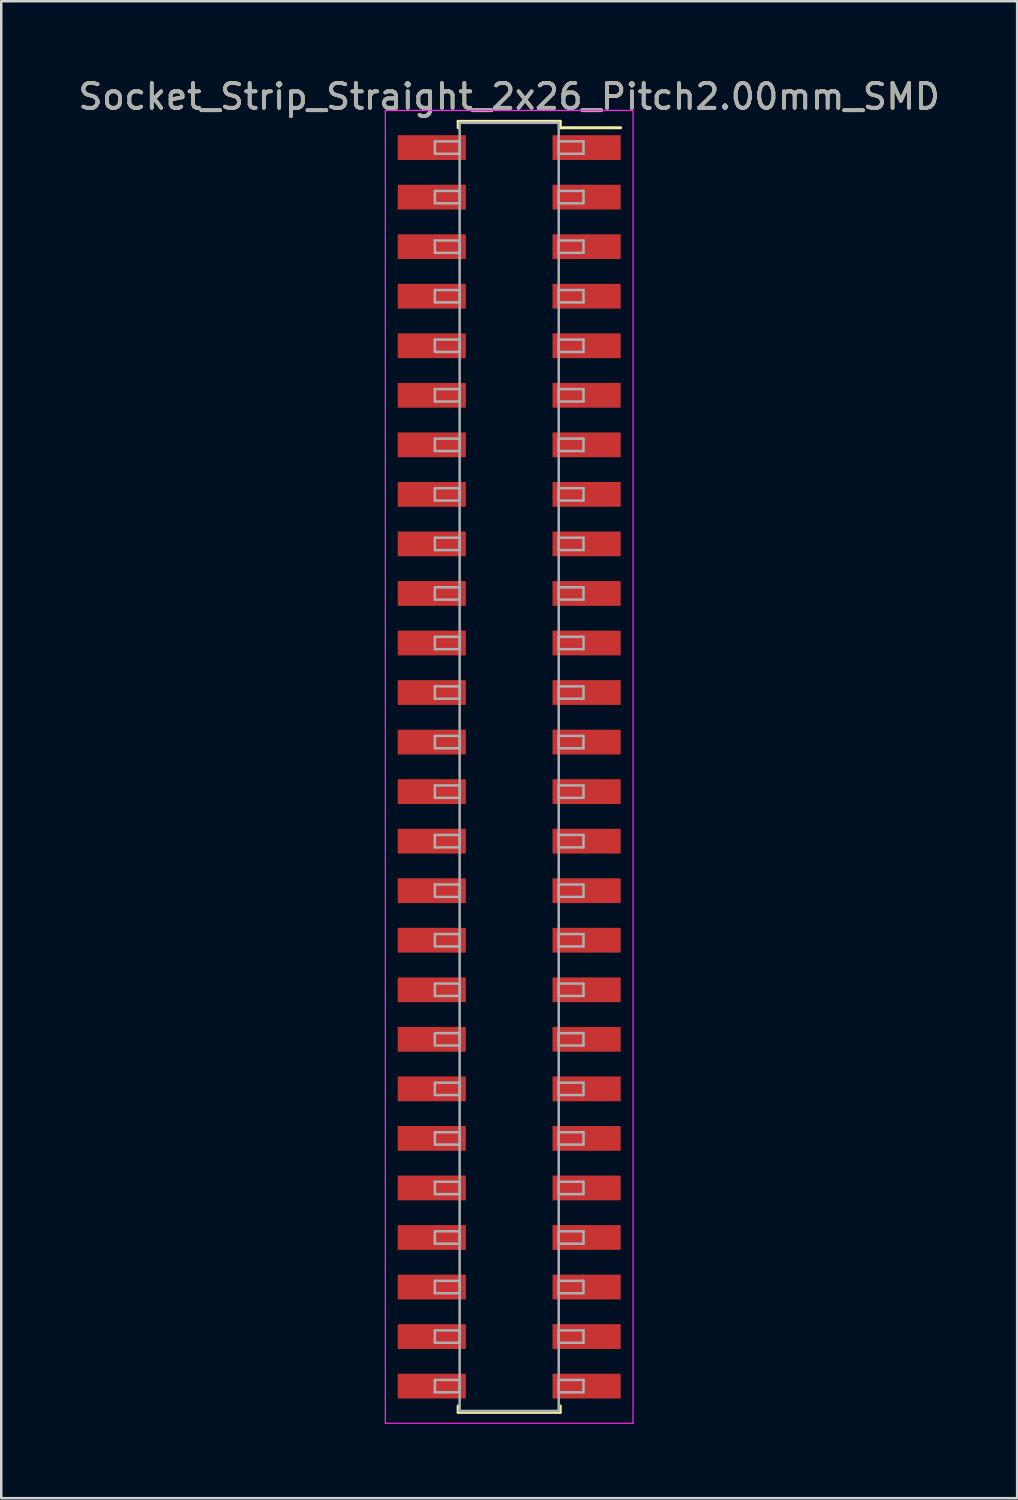
<source format=kicad_pcb>
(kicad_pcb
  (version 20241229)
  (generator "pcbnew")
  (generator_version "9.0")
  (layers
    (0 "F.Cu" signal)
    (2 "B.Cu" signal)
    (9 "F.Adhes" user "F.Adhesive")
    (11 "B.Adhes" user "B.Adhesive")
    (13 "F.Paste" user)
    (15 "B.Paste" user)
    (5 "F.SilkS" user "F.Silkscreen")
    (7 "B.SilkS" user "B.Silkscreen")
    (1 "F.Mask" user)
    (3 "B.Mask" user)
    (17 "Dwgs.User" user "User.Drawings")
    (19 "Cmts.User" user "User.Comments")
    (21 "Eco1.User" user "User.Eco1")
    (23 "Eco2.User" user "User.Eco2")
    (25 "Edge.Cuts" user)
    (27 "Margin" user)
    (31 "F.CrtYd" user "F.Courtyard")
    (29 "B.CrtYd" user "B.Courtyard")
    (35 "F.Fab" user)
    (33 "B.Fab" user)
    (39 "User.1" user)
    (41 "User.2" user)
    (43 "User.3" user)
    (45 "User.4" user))
  (footprint "Socket_Strip_Straight_2x26_Pitch2.00mm_SMD"
    (layer "F.Cu")
    (at 17.506 27.908)
    (property "Reference" "Socket_Strip_Straight_2x26_Pitch2.00mm_SMD" (at 0 -27.06 0) (layer "F.SilkS") (effects (font (size 1 1) (thickness 0.15))))
    (attr smd)
    (fp_line (start -2.06 -26.06) (end 2.06 -26.06) (stroke (width 0.12) (type solid)) (layer "F.SilkS"))
    (fp_line (start -2.06 -25.8) (end -2.06 -26.06) (stroke (width 0.12) (type solid)) (layer "F.SilkS"))
    (fp_line (start -2.06 25.8) (end -2.06 26.06) (stroke (width 0.12) (type solid)) (layer "F.SilkS"))
    (fp_line (start -2.06 26.06) (end 2.06 26.06) (stroke (width 0.12) (type solid)) (layer "F.SilkS"))
    (fp_line (start 2.06 -26.06) (end 2.06 -25.8) (stroke (width 0.12) (type solid)) (layer "F.SilkS"))
    (fp_line (start 2.06 26.06) (end 2.06 25.8) (stroke (width 0.12) (type solid)) (layer "F.SilkS"))
    (fp_line (start 4.5 -25.8) (end 2.06 -25.8) (stroke (width 0.12) (type solid)) (layer "F.SilkS"))
    (fp_line (start -5 -26.5) (end -5 26.5) (stroke (width 0.05) (type solid)) (layer "F.CrtYd"))
    (fp_line (start -5 26.5) (end 5 26.5) (stroke (width 0.05) (type solid)) (layer "F.CrtYd"))
    (fp_line (start 5 -26.5) (end -5 -26.5) (stroke (width 0.05) (type solid)) (layer "F.CrtYd"))
    (fp_line (start 5 26.5) (end 5 -26.5) (stroke (width 0.05) (type solid)) (layer "F.CrtYd"))
    (fp_line (start -3 -25.25) (end -2 -25.25) (stroke (width 0.1) (type solid)) (layer "F.Fab"))
    (fp_line (start -3 -24.75) (end -3 -25.25) (stroke (width 0.1) (type solid)) (layer "F.Fab"))
    (fp_line (start -3 -23.25) (end -2 -23.25) (stroke (width 0.1) (type solid)) (layer "F.Fab"))
    (fp_line (start -3 -22.75) (end -3 -23.25) (stroke (width 0.1) (type solid)) (layer "F.Fab"))
    (fp_line (start -3 -21.25) (end -2 -21.25) (stroke (width 0.1) (type solid)) (layer "F.Fab"))
    (fp_line (start -3 -20.75) (end -3 -21.25) (stroke (width 0.1) (type solid)) (layer "F.Fab"))
    (fp_line (start -3 -19.25) (end -2 -19.25) (stroke (width 0.1) (type solid)) (layer "F.Fab"))
    (fp_line (start -3 -18.75) (end -3 -19.25) (stroke (width 0.1) (type solid)) (layer "F.Fab"))
    (fp_line (start -3 -17.25) (end -2 -17.25) (stroke (width 0.1) (type solid)) (layer "F.Fab"))
    (fp_line (start -3 -16.75) (end -3 -17.25) (stroke (width 0.1) (type solid)) (layer "F.Fab"))
    (fp_line (start -3 -15.25) (end -2 -15.25) (stroke (width 0.1) (type solid)) (layer "F.Fab"))
    (fp_line (start -3 -14.75) (end -3 -15.25) (stroke (width 0.1) (type solid)) (layer "F.Fab"))
    (fp_line (start -3 -13.25) (end -2 -13.25) (stroke (width 0.1) (type solid)) (layer "F.Fab"))
    (fp_line (start -3 -12.75) (end -3 -13.25) (stroke (width 0.1) (type solid)) (layer "F.Fab"))
    (fp_line (start -3 -11.25) (end -2 -11.25) (stroke (width 0.1) (type solid)) (layer "F.Fab"))
    (fp_line (start -3 -10.75) (end -3 -11.25) (stroke (width 0.1) (type solid)) (layer "F.Fab"))
    (fp_line (start -3 -9.25) (end -2 -9.25) (stroke (width 0.1) (type solid)) (layer "F.Fab"))
    (fp_line (start -3 -8.75) (end -3 -9.25) (stroke (width 0.1) (type solid)) (layer "F.Fab"))
    (fp_line (start -3 -7.25) (end -2 -7.25) (stroke (width 0.1) (type solid)) (layer "F.Fab"))
    (fp_line (start -3 -6.75) (end -3 -7.25) (stroke (width 0.1) (type solid)) (layer "F.Fab"))
    (fp_line (start -3 -5.25) (end -2 -5.25) (stroke (width 0.1) (type solid)) (layer "F.Fab"))
    (fp_line (start -3 -4.75) (end -3 -5.25) (stroke (width 0.1) (type solid)) (layer "F.Fab"))
    (fp_line (start -3 -3.25) (end -2 -3.25) (stroke (width 0.1) (type solid)) (layer "F.Fab"))
    (fp_line (start -3 -2.75) (end -3 -3.25) (stroke (width 0.1) (type solid)) (layer "F.Fab"))
    (fp_line (start -3 -1.25) (end -2 -1.25) (stroke (width 0.1) (type solid)) (layer "F.Fab"))
    (fp_line (start -3 -0.75) (end -3 -1.25) (stroke (width 0.1) (type solid)) (layer "F.Fab"))
    (fp_line (start -3 0.75) (end -2 0.75) (stroke (width 0.1) (type solid)) (layer "F.Fab"))
    (fp_line (start -3 1.25) (end -3 0.75) (stroke (width 0.1) (type solid)) (layer "F.Fab"))
    (fp_line (start -3 2.75) (end -2 2.75) (stroke (width 0.1) (type solid)) (layer "F.Fab"))
    (fp_line (start -3 3.25) (end -3 2.75) (stroke (width 0.1) (type solid)) (layer "F.Fab"))
    (fp_line (start -3 4.75) (end -2 4.75) (stroke (width 0.1) (type solid)) (layer "F.Fab"))
    (fp_line (start -3 5.25) (end -3 4.75) (stroke (width 0.1) (type solid)) (layer "F.Fab"))
    (fp_line (start -3 6.75) (end -2 6.75) (stroke (width 0.1) (type solid)) (layer "F.Fab"))
    (fp_line (start -3 7.25) (end -3 6.75) (stroke (width 0.1) (type solid)) (layer "F.Fab"))
    (fp_line (start -3 8.75) (end -2 8.75) (stroke (width 0.1) (type solid)) (layer "F.Fab"))
    (fp_line (start -3 9.25) (end -3 8.75) (stroke (width 0.1) (type solid)) (layer "F.Fab"))
    (fp_line (start -3 10.75) (end -2 10.75) (stroke (width 0.1) (type solid)) (layer "F.Fab"))
    (fp_line (start -3 11.25) (end -3 10.75) (stroke (width 0.1) (type solid)) (layer "F.Fab"))
    (fp_line (start -3 12.75) (end -2 12.75) (stroke (width 0.1) (type solid)) (layer "F.Fab"))
    (fp_line (start -3 13.25) (end -3 12.75) (stroke (width 0.1) (type solid)) (layer "F.Fab"))
    (fp_line (start -3 14.75) (end -2 14.75) (stroke (width 0.1) (type solid)) (layer "F.Fab"))
    (fp_line (start -3 15.25) (end -3 14.75) (stroke (width 0.1) (type solid)) (layer "F.Fab"))
    (fp_line (start -3 16.75) (end -2 16.75) (stroke (width 0.1) (type solid)) (layer "F.Fab"))
    (fp_line (start -3 17.25) (end -3 16.75) (stroke (width 0.1) (type solid)) (layer "F.Fab"))
    (fp_line (start -3 18.75) (end -2 18.75) (stroke (width 0.1) (type solid)) (layer "F.Fab"))
    (fp_line (start -3 19.25) (end -3 18.75) (stroke (width 0.1) (type solid)) (layer "F.Fab"))
    (fp_line (start -3 20.75) (end -2 20.75) (stroke (width 0.1) (type solid)) (layer "F.Fab"))
    (fp_line (start -3 21.25) (end -3 20.75) (stroke (width 0.1) (type solid)) (layer "F.Fab"))
    (fp_line (start -3 22.75) (end -2 22.75) (stroke (width 0.1) (type solid)) (layer "F.Fab"))
    (fp_line (start -3 23.25) (end -3 22.75) (stroke (width 0.1) (type solid)) (layer "F.Fab"))
    (fp_line (start -3 24.75) (end -2 24.75) (stroke (width 0.1) (type solid)) (layer "F.Fab"))
    (fp_line (start -3 25.25) (end -3 24.75) (stroke (width 0.1) (type solid)) (layer "F.Fab"))
    (fp_line (start -2 -26) (end -2 26) (stroke (width 0.1) (type solid)) (layer "F.Fab"))
    (fp_line (start -2 -25.25) (end -2 -24.75) (stroke (width 0.1) (type solid)) (layer "F.Fab"))
    (fp_line (start -2 -24.75) (end -3 -24.75) (stroke (width 0.1) (type solid)) (layer "F.Fab"))
    (fp_line (start -2 -23.25) (end -2 -22.75) (stroke (width 0.1) (type solid)) (layer "F.Fab"))
    (fp_line (start -2 -22.75) (end -3 -22.75) (stroke (width 0.1) (type solid)) (layer "F.Fab"))
    (fp_line (start -2 -21.25) (end -2 -20.75) (stroke (width 0.1) (type solid)) (layer "F.Fab"))
    (fp_line (start -2 -20.75) (end -3 -20.75) (stroke (width 0.1) (type solid)) (layer "F.Fab"))
    (fp_line (start -2 -19.25) (end -2 -18.75) (stroke (width 0.1) (type solid)) (layer "F.Fab"))
    (fp_line (start -2 -18.75) (end -3 -18.75) (stroke (width 0.1) (type solid)) (layer "F.Fab"))
    (fp_line (start -2 -17.25) (end -2 -16.75) (stroke (width 0.1) (type solid)) (layer "F.Fab"))
    (fp_line (start -2 -16.75) (end -3 -16.75) (stroke (width 0.1) (type solid)) (layer "F.Fab"))
    (fp_line (start -2 -15.25) (end -2 -14.75) (stroke (width 0.1) (type solid)) (layer "F.Fab"))
    (fp_line (start -2 -14.75) (end -3 -14.75) (stroke (width 0.1) (type solid)) (layer "F.Fab"))
    (fp_line (start -2 -13.25) (end -2 -12.75) (stroke (width 0.1) (type solid)) (layer "F.Fab"))
    (fp_line (start -2 -12.75) (end -3 -12.75) (stroke (width 0.1) (type solid)) (layer "F.Fab"))
    (fp_line (start -2 -11.25) (end -2 -10.75) (stroke (width 0.1) (type solid)) (layer "F.Fab"))
    (fp_line (start -2 -10.75) (end -3 -10.75) (stroke (width 0.1) (type solid)) (layer "F.Fab"))
    (fp_line (start -2 -9.25) (end -2 -8.75) (stroke (width 0.1) (type solid)) (layer "F.Fab"))
    (fp_line (start -2 -8.75) (end -3 -8.75) (stroke (width 0.1) (type solid)) (layer "F.Fab"))
    (fp_line (start -2 -7.25) (end -2 -6.75) (stroke (width 0.1) (type solid)) (layer "F.Fab"))
    (fp_line (start -2 -6.75) (end -3 -6.75) (stroke (width 0.1) (type solid)) (layer "F.Fab"))
    (fp_line (start -2 -5.25) (end -2 -4.75) (stroke (width 0.1) (type solid)) (layer "F.Fab"))
    (fp_line (start -2 -4.75) (end -3 -4.75) (stroke (width 0.1) (type solid)) (layer "F.Fab"))
    (fp_line (start -2 -3.25) (end -2 -2.75) (stroke (width 0.1) (type solid)) (layer "F.Fab"))
    (fp_line (start -2 -2.75) (end -3 -2.75) (stroke (width 0.1) (type solid)) (layer "F.Fab"))
    (fp_line (start -2 -1.25) (end -2 -0.75) (stroke (width 0.1) (type solid)) (layer "F.Fab"))
    (fp_line (start -2 -0.75) (end -3 -0.75) (stroke (width 0.1) (type solid)) (layer "F.Fab"))
    (fp_line (start -2 0.75) (end -2 1.25) (stroke (width 0.1) (type solid)) (layer "F.Fab"))
    (fp_line (start -2 1.25) (end -3 1.25) (stroke (width 0.1) (type solid)) (layer "F.Fab"))
    (fp_line (start -2 2.75) (end -2 3.25) (stroke (width 0.1) (type solid)) (layer "F.Fab"))
    (fp_line (start -2 3.25) (end -3 3.25) (stroke (width 0.1) (type solid)) (layer "F.Fab"))
    (fp_line (start -2 4.75) (end -2 5.25) (stroke (width 0.1) (type solid)) (layer "F.Fab"))
    (fp_line (start -2 5.25) (end -3 5.25) (stroke (width 0.1) (type solid)) (layer "F.Fab"))
    (fp_line (start -2 6.75) (end -2 7.25) (stroke (width 0.1) (type solid)) (layer "F.Fab"))
    (fp_line (start -2 7.25) (end -3 7.25) (stroke (width 0.1) (type solid)) (layer "F.Fab"))
    (fp_line (start -2 8.75) (end -2 9.25) (stroke (width 0.1) (type solid)) (layer "F.Fab"))
    (fp_line (start -2 9.25) (end -3 9.25) (stroke (width 0.1) (type solid)) (layer "F.Fab"))
    (fp_line (start -2 10.75) (end -2 11.25) (stroke (width 0.1) (type solid)) (layer "F.Fab"))
    (fp_line (start -2 11.25) (end -3 11.25) (stroke (width 0.1) (type solid)) (layer "F.Fab"))
    (fp_line (start -2 12.75) (end -2 13.25) (stroke (width 0.1) (type solid)) (layer "F.Fab"))
    (fp_line (start -2 13.25) (end -3 13.25) (stroke (width 0.1) (type solid)) (layer "F.Fab"))
    (fp_line (start -2 14.75) (end -2 15.25) (stroke (width 0.1) (type solid)) (layer "F.Fab"))
    (fp_line (start -2 15.25) (end -3 15.25) (stroke (width 0.1) (type solid)) (layer "F.Fab"))
    (fp_line (start -2 16.75) (end -2 17.25) (stroke (width 0.1) (type solid)) (layer "F.Fab"))
    (fp_line (start -2 17.25) (end -3 17.25) (stroke (width 0.1) (type solid)) (layer "F.Fab"))
    (fp_line (start -2 18.75) (end -2 19.25) (stroke (width 0.1) (type solid)) (layer "F.Fab"))
    (fp_line (start -2 19.25) (end -3 19.25) (stroke (width 0.1) (type solid)) (layer "F.Fab"))
    (fp_line (start -2 20.75) (end -2 21.25) (stroke (width 0.1) (type solid)) (layer "F.Fab"))
    (fp_line (start -2 21.25) (end -3 21.25) (stroke (width 0.1) (type solid)) (layer "F.Fab"))
    (fp_line (start -2 22.75) (end -2 23.25) (stroke (width 0.1) (type solid)) (layer "F.Fab"))
    (fp_line (start -2 23.25) (end -3 23.25) (stroke (width 0.1) (type solid)) (layer "F.Fab"))
    (fp_line (start -2 24.75) (end -2 25.25) (stroke (width 0.1) (type solid)) (layer "F.Fab"))
    (fp_line (start -2 25.25) (end -3 25.25) (stroke (width 0.1) (type solid)) (layer "F.Fab"))
    (fp_line (start -2 26) (end 2 26) (stroke (width 0.1) (type solid)) (layer "F.Fab"))
    (fp_line (start 2 -26) (end -2 -26) (stroke (width 0.1) (type solid)) (layer "F.Fab"))
    (fp_line (start 2 -25.25) (end 2 -24.75) (stroke (width 0.1) (type solid)) (layer "F.Fab"))
    (fp_line (start 2 -24.75) (end 3 -24.75) (stroke (width 0.1) (type solid)) (layer "F.Fab"))
    (fp_line (start 2 -23.25) (end 2 -22.75) (stroke (width 0.1) (type solid)) (layer "F.Fab"))
    (fp_line (start 2 -22.75) (end 3 -22.75) (stroke (width 0.1) (type solid)) (layer "F.Fab"))
    (fp_line (start 2 -21.25) (end 2 -20.75) (stroke (width 0.1) (type solid)) (layer "F.Fab"))
    (fp_line (start 2 -20.75) (end 3 -20.75) (stroke (width 0.1) (type solid)) (layer "F.Fab"))
    (fp_line (start 2 -19.25) (end 2 -18.75) (stroke (width 0.1) (type solid)) (layer "F.Fab"))
    (fp_line (start 2 -18.75) (end 3 -18.75) (stroke (width 0.1) (type solid)) (layer "F.Fab"))
    (fp_line (start 2 -17.25) (end 2 -16.75) (stroke (width 0.1) (type solid)) (layer "F.Fab"))
    (fp_line (start 2 -16.75) (end 3 -16.75) (stroke (width 0.1) (type solid)) (layer "F.Fab"))
    (fp_line (start 2 -15.25) (end 2 -14.75) (stroke (width 0.1) (type solid)) (layer "F.Fab"))
    (fp_line (start 2 -14.75) (end 3 -14.75) (stroke (width 0.1) (type solid)) (layer "F.Fab"))
    (fp_line (start 2 -13.25) (end 2 -12.75) (stroke (width 0.1) (type solid)) (layer "F.Fab"))
    (fp_line (start 2 -12.75) (end 3 -12.75) (stroke (width 0.1) (type solid)) (layer "F.Fab"))
    (fp_line (start 2 -11.25) (end 2 -10.75) (stroke (width 0.1) (type solid)) (layer "F.Fab"))
    (fp_line (start 2 -10.75) (end 3 -10.75) (stroke (width 0.1) (type solid)) (layer "F.Fab"))
    (fp_line (start 2 -9.25) (end 2 -8.75) (stroke (width 0.1) (type solid)) (layer "F.Fab"))
    (fp_line (start 2 -8.75) (end 3 -8.75) (stroke (width 0.1) (type solid)) (layer "F.Fab"))
    (fp_line (start 2 -7.25) (end 2 -6.75) (stroke (width 0.1) (type solid)) (layer "F.Fab"))
    (fp_line (start 2 -6.75) (end 3 -6.75) (stroke (width 0.1) (type solid)) (layer "F.Fab"))
    (fp_line (start 2 -5.25) (end 2 -4.75) (stroke (width 0.1) (type solid)) (layer "F.Fab"))
    (fp_line (start 2 -4.75) (end 3 -4.75) (stroke (width 0.1) (type solid)) (layer "F.Fab"))
    (fp_line (start 2 -3.25) (end 2 -2.75) (stroke (width 0.1) (type solid)) (layer "F.Fab"))
    (fp_line (start 2 -2.75) (end 3 -2.75) (stroke (width 0.1) (type solid)) (layer "F.Fab"))
    (fp_line (start 2 -1.25) (end 2 -0.75) (stroke (width 0.1) (type solid)) (layer "F.Fab"))
    (fp_line (start 2 -0.75) (end 3 -0.75) (stroke (width 0.1) (type solid)) (layer "F.Fab"))
    (fp_line (start 2 0.75) (end 2 1.25) (stroke (width 0.1) (type solid)) (layer "F.Fab"))
    (fp_line (start 2 1.25) (end 3 1.25) (stroke (width 0.1) (type solid)) (layer "F.Fab"))
    (fp_line (start 2 2.75) (end 2 3.25) (stroke (width 0.1) (type solid)) (layer "F.Fab"))
    (fp_line (start 2 3.25) (end 3 3.25) (stroke (width 0.1) (type solid)) (layer "F.Fab"))
    (fp_line (start 2 4.75) (end 2 5.25) (stroke (width 0.1) (type solid)) (layer "F.Fab"))
    (fp_line (start 2 5.25) (end 3 5.25) (stroke (width 0.1) (type solid)) (layer "F.Fab"))
    (fp_line (start 2 6.75) (end 2 7.25) (stroke (width 0.1) (type solid)) (layer "F.Fab"))
    (fp_line (start 2 7.25) (end 3 7.25) (stroke (width 0.1) (type solid)) (layer "F.Fab"))
    (fp_line (start 2 8.75) (end 2 9.25) (stroke (width 0.1) (type solid)) (layer "F.Fab"))
    (fp_line (start 2 9.25) (end 3 9.25) (stroke (width 0.1) (type solid)) (layer "F.Fab"))
    (fp_line (start 2 10.75) (end 2 11.25) (stroke (width 0.1) (type solid)) (layer "F.Fab"))
    (fp_line (start 2 11.25) (end 3 11.25) (stroke (width 0.1) (type solid)) (layer "F.Fab"))
    (fp_line (start 2 12.75) (end 2 13.25) (stroke (width 0.1) (type solid)) (layer "F.Fab"))
    (fp_line (start 2 13.25) (end 3 13.25) (stroke (width 0.1) (type solid)) (layer "F.Fab"))
    (fp_line (start 2 14.75) (end 2 15.25) (stroke (width 0.1) (type solid)) (layer "F.Fab"))
    (fp_line (start 2 15.25) (end 3 15.25) (stroke (width 0.1) (type solid)) (layer "F.Fab"))
    (fp_line (start 2 16.75) (end 2 17.25) (stroke (width 0.1) (type solid)) (layer "F.Fab"))
    (fp_line (start 2 17.25) (end 3 17.25) (stroke (width 0.1) (type solid)) (layer "F.Fab"))
    (fp_line (start 2 18.75) (end 2 19.25) (stroke (width 0.1) (type solid)) (layer "F.Fab"))
    (fp_line (start 2 19.25) (end 3 19.25) (stroke (width 0.1) (type solid)) (layer "F.Fab"))
    (fp_line (start 2 20.75) (end 2 21.25) (stroke (width 0.1) (type solid)) (layer "F.Fab"))
    (fp_line (start 2 21.25) (end 3 21.25) (stroke (width 0.1) (type solid)) (layer "F.Fab"))
    (fp_line (start 2 22.75) (end 2 23.25) (stroke (width 0.1) (type solid)) (layer "F.Fab"))
    (fp_line (start 2 23.25) (end 3 23.25) (stroke (width 0.1) (type solid)) (layer "F.Fab"))
    (fp_line (start 2 24.75) (end 2 25.25) (stroke (width 0.1) (type solid)) (layer "F.Fab"))
    (fp_line (start 2 25.25) (end 3 25.25) (stroke (width 0.1) (type solid)) (layer "F.Fab"))
    (fp_line (start 2 26) (end 2 -26) (stroke (width 0.1) (type solid)) (layer "F.Fab"))
    (fp_line (start 3 -25.25) (end 2 -25.25) (stroke (width 0.1) (type solid)) (layer "F.Fab"))
    (fp_line (start 3 -24.75) (end 3 -25.25) (stroke (width 0.1) (type solid)) (layer "F.Fab"))
    (fp_line (start 3 -23.25) (end 2 -23.25) (stroke (width 0.1) (type solid)) (layer "F.Fab"))
    (fp_line (start 3 -22.75) (end 3 -23.25) (stroke (width 0.1) (type solid)) (layer "F.Fab"))
    (fp_line (start 3 -21.25) (end 2 -21.25) (stroke (width 0.1) (type solid)) (layer "F.Fab"))
    (fp_line (start 3 -20.75) (end 3 -21.25) (stroke (width 0.1) (type solid)) (layer "F.Fab"))
    (fp_line (start 3 -19.25) (end 2 -19.25) (stroke (width 0.1) (type solid)) (layer "F.Fab"))
    (fp_line (start 3 -18.75) (end 3 -19.25) (stroke (width 0.1) (type solid)) (layer "F.Fab"))
    (fp_line (start 3 -17.25) (end 2 -17.25) (stroke (width 0.1) (type solid)) (layer "F.Fab"))
    (fp_line (start 3 -16.75) (end 3 -17.25) (stroke (width 0.1) (type solid)) (layer "F.Fab"))
    (fp_line (start 3 -15.25) (end 2 -15.25) (stroke (width 0.1) (type solid)) (layer "F.Fab"))
    (fp_line (start 3 -14.75) (end 3 -15.25) (stroke (width 0.1) (type solid)) (layer "F.Fab"))
    (fp_line (start 3 -13.25) (end 2 -13.25) (stroke (width 0.1) (type solid)) (layer "F.Fab"))
    (fp_line (start 3 -12.75) (end 3 -13.25) (stroke (width 0.1) (type solid)) (layer "F.Fab"))
    (fp_line (start 3 -11.25) (end 2 -11.25) (stroke (width 0.1) (type solid)) (layer "F.Fab"))
    (fp_line (start 3 -10.75) (end 3 -11.25) (stroke (width 0.1) (type solid)) (layer "F.Fab"))
    (fp_line (start 3 -9.25) (end 2 -9.25) (stroke (width 0.1) (type solid)) (layer "F.Fab"))
    (fp_line (start 3 -8.75) (end 3 -9.25) (stroke (width 0.1) (type solid)) (layer "F.Fab"))
    (fp_line (start 3 -7.25) (end 2 -7.25) (stroke (width 0.1) (type solid)) (layer "F.Fab"))
    (fp_line (start 3 -6.75) (end 3 -7.25) (stroke (width 0.1) (type solid)) (layer "F.Fab"))
    (fp_line (start 3 -5.25) (end 2 -5.25) (stroke (width 0.1) (type solid)) (layer "F.Fab"))
    (fp_line (start 3 -4.75) (end 3 -5.25) (stroke (width 0.1) (type solid)) (layer "F.Fab"))
    (fp_line (start 3 -3.25) (end 2 -3.25) (stroke (width 0.1) (type solid)) (layer "F.Fab"))
    (fp_line (start 3 -2.75) (end 3 -3.25) (stroke (width 0.1) (type solid)) (layer "F.Fab"))
    (fp_line (start 3 -1.25) (end 2 -1.25) (stroke (width 0.1) (type solid)) (layer "F.Fab"))
    (fp_line (start 3 -0.75) (end 3 -1.25) (stroke (width 0.1) (type solid)) (layer "F.Fab"))
    (fp_line (start 3 0.75) (end 2 0.75) (stroke (width 0.1) (type solid)) (layer "F.Fab"))
    (fp_line (start 3 1.25) (end 3 0.75) (stroke (width 0.1) (type solid)) (layer "F.Fab"))
    (fp_line (start 3 2.75) (end 2 2.75) (stroke (width 0.1) (type solid)) (layer "F.Fab"))
    (fp_line (start 3 3.25) (end 3 2.75) (stroke (width 0.1) (type solid)) (layer "F.Fab"))
    (fp_line (start 3 4.75) (end 2 4.75) (stroke (width 0.1) (type solid)) (layer "F.Fab"))
    (fp_line (start 3 5.25) (end 3 4.75) (stroke (width 0.1) (type solid)) (layer "F.Fab"))
    (fp_line (start 3 6.75) (end 2 6.75) (stroke (width 0.1) (type solid)) (layer "F.Fab"))
    (fp_line (start 3 7.25) (end 3 6.75) (stroke (width 0.1) (type solid)) (layer "F.Fab"))
    (fp_line (start 3 8.75) (end 2 8.75) (stroke (width 0.1) (type solid)) (layer "F.Fab"))
    (fp_line (start 3 9.25) (end 3 8.75) (stroke (width 0.1) (type solid)) (layer "F.Fab"))
    (fp_line (start 3 10.75) (end 2 10.75) (stroke (width 0.1) (type solid)) (layer "F.Fab"))
    (fp_line (start 3 11.25) (end 3 10.75) (stroke (width 0.1) (type solid)) (layer "F.Fab"))
    (fp_line (start 3 12.75) (end 2 12.75) (stroke (width 0.1) (type solid)) (layer "F.Fab"))
    (fp_line (start 3 13.25) (end 3 12.75) (stroke (width 0.1) (type solid)) (layer "F.Fab"))
    (fp_line (start 3 14.75) (end 2 14.75) (stroke (width 0.1) (type solid)) (layer "F.Fab"))
    (fp_line (start 3 15.25) (end 3 14.75) (stroke (width 0.1) (type solid)) (layer "F.Fab"))
    (fp_line (start 3 16.75) (end 2 16.75) (stroke (width 0.1) (type solid)) (layer "F.Fab"))
    (fp_line (start 3 17.25) (end 3 16.75) (stroke (width 0.1) (type solid)) (layer "F.Fab"))
    (fp_line (start 3 18.75) (end 2 18.75) (stroke (width 0.1) (type solid)) (layer "F.Fab"))
    (fp_line (start 3 19.25) (end 3 18.75) (stroke (width 0.1) (type solid)) (layer "F.Fab"))
    (fp_line (start 3 20.75) (end 2 20.75) (stroke (width 0.1) (type solid)) (layer "F.Fab"))
    (fp_line (start 3 21.25) (end 3 20.75) (stroke (width 0.1) (type solid)) (layer "F.Fab"))
    (fp_line (start 3 22.75) (end 2 22.75) (stroke (width 0.1) (type solid)) (layer "F.Fab"))
    (fp_line (start 3 23.25) (end 3 22.75) (stroke (width 0.1) (type solid)) (layer "F.Fab"))
    (fp_line (start 3 24.75) (end 2 24.75) (stroke (width 0.1) (type solid)) (layer "F.Fab"))
    (fp_line (start 3 25.25) (end 3 24.75) (stroke (width 0.1) (type solid)) (layer "F.Fab"))
    (fp_text user "${REFERENCE}" (at 0 -27.06 0) (layer "F.Fab") (effects (font (size 1 1) (thickness 0.15))))
    (pad "1" smd rect (at 3.125 -25) (size 2.75 1) (layers "F.Cu" "F.Mask" "F.Paste"))
    (pad "2" smd rect (at -3.125 -25) (size 2.75 1) (layers "F.Cu" "F.Mask" "F.Paste"))
    (pad "3" smd rect (at 3.125 -23) (size 2.75 1) (layers "F.Cu" "F.Mask" "F.Paste"))
    (pad "4" smd rect (at -3.125 -23) (size 2.75 1) (layers "F.Cu" "F.Mask" "F.Paste"))
    (pad "5" smd rect (at 3.125 -21) (size 2.75 1) (layers "F.Cu" "F.Mask" "F.Paste"))
    (pad "6" smd rect (at -3.125 -21) (size 2.75 1) (layers "F.Cu" "F.Mask" "F.Paste"))
    (pad "7" smd rect (at 3.125 -19) (size 2.75 1) (layers "F.Cu" "F.Mask" "F.Paste"))
    (pad "8" smd rect (at -3.125 -19) (size 2.75 1) (layers "F.Cu" "F.Mask" "F.Paste"))
    (pad "9" smd rect (at 3.125 -17) (size 2.75 1) (layers "F.Cu" "F.Mask" "F.Paste"))
    (pad "10" smd rect (at -3.125 -17) (size 2.75 1) (layers "F.Cu" "F.Mask" "F.Paste"))
    (pad "11" smd rect (at 3.125 -15) (size 2.75 1) (layers "F.Cu" "F.Mask" "F.Paste"))
    (pad "12" smd rect (at -3.125 -15) (size 2.75 1) (layers "F.Cu" "F.Mask" "F.Paste"))
    (pad "13" smd rect (at 3.125 -13) (size 2.75 1) (layers "F.Cu" "F.Mask" "F.Paste"))
    (pad "14" smd rect (at -3.125 -13) (size 2.75 1) (layers "F.Cu" "F.Mask" "F.Paste"))
    (pad "15" smd rect (at 3.125 -11) (size 2.75 1) (layers "F.Cu" "F.Mask" "F.Paste"))
    (pad "16" smd rect (at -3.125 -11) (size 2.75 1) (layers "F.Cu" "F.Mask" "F.Paste"))
    (pad "17" smd rect (at 3.125 -9) (size 2.75 1) (layers "F.Cu" "F.Mask" "F.Paste"))
    (pad "18" smd rect (at -3.125 -9) (size 2.75 1) (layers "F.Cu" "F.Mask" "F.Paste"))
    (pad "19" smd rect (at 3.125 -7) (size 2.75 1) (layers "F.Cu" "F.Mask" "F.Paste"))
    (pad "20" smd rect (at -3.125 -7) (size 2.75 1) (layers "F.Cu" "F.Mask" "F.Paste"))
    (pad "21" smd rect (at 3.125 -5) (size 2.75 1) (layers "F.Cu" "F.Mask" "F.Paste"))
    (pad "22" smd rect (at -3.125 -5) (size 2.75 1) (layers "F.Cu" "F.Mask" "F.Paste"))
    (pad "23" smd rect (at 3.125 -3) (size 2.75 1) (layers "F.Cu" "F.Mask" "F.Paste"))
    (pad "24" smd rect (at -3.125 -3) (size 2.75 1) (layers "F.Cu" "F.Mask" "F.Paste"))
    (pad "25" smd rect (at 3.125 -1) (size 2.75 1) (layers "F.Cu" "F.Mask" "F.Paste"))
    (pad "26" smd rect (at -3.125 -1) (size 2.75 1) (layers "F.Cu" "F.Mask" "F.Paste"))
    (pad "27" smd rect (at 3.125 1) (size 2.75 1) (layers "F.Cu" "F.Mask" "F.Paste"))
    (pad "28" smd rect (at -3.125 1) (size 2.75 1) (layers "F.Cu" "F.Mask" "F.Paste"))
    (pad "29" smd rect (at 3.125 3) (size 2.75 1) (layers "F.Cu" "F.Mask" "F.Paste"))
    (pad "30" smd rect (at -3.125 3) (size 2.75 1) (layers "F.Cu" "F.Mask" "F.Paste"))
    (pad "31" smd rect (at 3.125 5) (size 2.75 1) (layers "F.Cu" "F.Mask" "F.Paste"))
    (pad "32" smd rect (at -3.125 5) (size 2.75 1) (layers "F.Cu" "F.Mask" "F.Paste"))
    (pad "33" smd rect (at 3.125 7) (size 2.75 1) (layers "F.Cu" "F.Mask" "F.Paste"))
    (pad "34" smd rect (at -3.125 7) (size 2.75 1) (layers "F.Cu" "F.Mask" "F.Paste"))
    (pad "35" smd rect (at 3.125 9) (size 2.75 1) (layers "F.Cu" "F.Mask" "F.Paste"))
    (pad "36" smd rect (at -3.125 9) (size 2.75 1) (layers "F.Cu" "F.Mask" "F.Paste"))
    (pad "37" smd rect (at 3.125 11) (size 2.75 1) (layers "F.Cu" "F.Mask" "F.Paste"))
    (pad "38" smd rect (at -3.125 11) (size 2.75 1) (layers "F.Cu" "F.Mask" "F.Paste"))
    (pad "39" smd rect (at 3.125 13) (size 2.75 1) (layers "F.Cu" "F.Mask" "F.Paste"))
    (pad "40" smd rect (at -3.125 13) (size 2.75 1) (layers "F.Cu" "F.Mask" "F.Paste"))
    (pad "41" smd rect (at 3.125 15) (size 2.75 1) (layers "F.Cu" "F.Mask" "F.Paste"))
    (pad "42" smd rect (at -3.125 15) (size 2.75 1) (layers "F.Cu" "F.Mask" "F.Paste"))
    (pad "43" smd rect (at 3.125 17) (size 2.75 1) (layers "F.Cu" "F.Mask" "F.Paste"))
    (pad "44" smd rect (at -3.125 17) (size 2.75 1) (layers "F.Cu" "F.Mask" "F.Paste"))
    (pad "45" smd rect (at 3.125 19) (size 2.75 1) (layers "F.Cu" "F.Mask" "F.Paste"))
    (pad "46" smd rect (at -3.125 19) (size 2.75 1) (layers "F.Cu" "F.Mask" "F.Paste"))
    (pad "47" smd rect (at 3.125 21) (size 2.75 1) (layers "F.Cu" "F.Mask" "F.Paste"))
    (pad "48" smd rect (at -3.125 21) (size 2.75 1) (layers "F.Cu" "F.Mask" "F.Paste"))
    (pad "49" smd rect (at 3.125 23) (size 2.75 1) (layers "F.Cu" "F.Mask" "F.Paste"))
    (pad "50" smd rect (at -3.125 23) (size 2.75 1) (layers "F.Cu" "F.Mask" "F.Paste"))
    (pad "51" smd rect (at 3.125 25) (size 2.75 1) (layers "F.Cu" "F.Mask" "F.Paste"))
    (pad "52" smd rect (at -3.125 25) (size 2.75 1) (layers "F.Cu" "F.Mask" "F.Paste")))
  (gr_rect
    (start -3 -3)
    (end 38.012 57.433)
    (stroke (width 0.1) (type default))
    (fill no)
    (layer "Edge.Cuts")))
</source>
